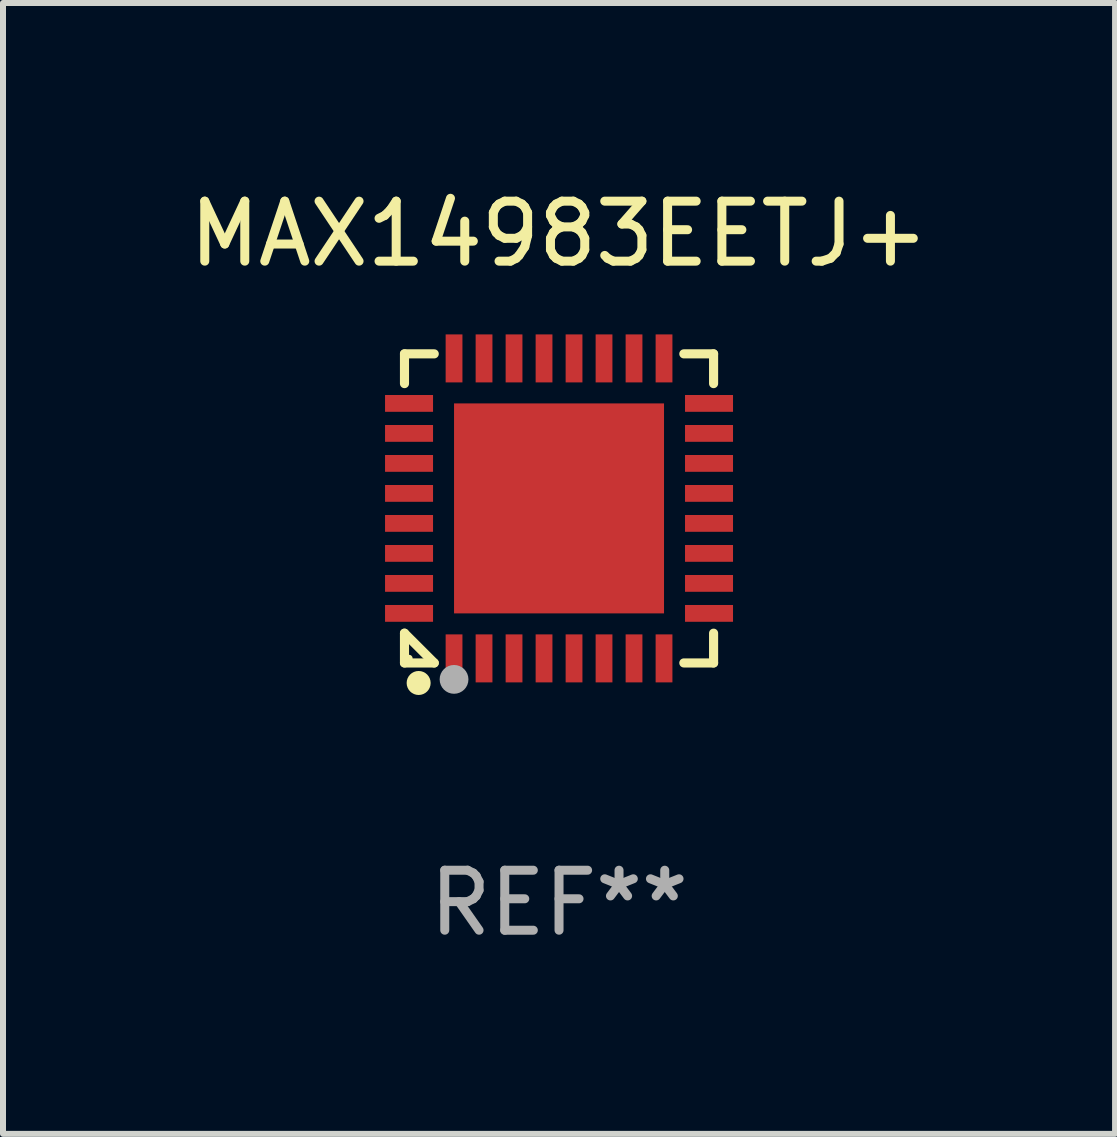
<source format=kicad_pcb>
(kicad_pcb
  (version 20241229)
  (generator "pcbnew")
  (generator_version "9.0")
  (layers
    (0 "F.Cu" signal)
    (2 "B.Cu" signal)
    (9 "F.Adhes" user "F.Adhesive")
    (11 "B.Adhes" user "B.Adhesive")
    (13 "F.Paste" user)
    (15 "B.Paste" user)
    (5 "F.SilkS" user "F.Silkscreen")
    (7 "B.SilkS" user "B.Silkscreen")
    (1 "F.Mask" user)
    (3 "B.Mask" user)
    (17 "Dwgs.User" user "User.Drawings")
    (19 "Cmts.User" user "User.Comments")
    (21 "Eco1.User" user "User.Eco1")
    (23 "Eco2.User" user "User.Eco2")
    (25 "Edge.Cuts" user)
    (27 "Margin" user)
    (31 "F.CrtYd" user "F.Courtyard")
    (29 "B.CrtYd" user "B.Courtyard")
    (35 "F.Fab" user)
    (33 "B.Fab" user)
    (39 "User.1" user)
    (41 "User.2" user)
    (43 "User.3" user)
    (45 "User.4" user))
  (footprint "MAX14983EETJ+"
    (layer "F.Cu")
    (at 6.268 5.424)
    (property "Reference" "MAX14983EETJ+" (at 0 -4.576 0) (layer "F.SilkS") (effects (font (size 1 1) (thickness 0.15))))
    (attr through_hole)
    (fp_line (start -2.576 -2.576) (end -2.08 -2.576) (stroke (width 0.152) (type solid)) (layer "F.SilkS"))
    (fp_line (start -2.576 -2.08) (end -2.576 -2.576) (stroke (width 0.152) (type solid)) (layer "F.SilkS"))
    (fp_line (start -2.576 2.08) (end -2.576 2.576) (stroke (width 0.152) (type solid)) (layer "F.SilkS"))
    (fp_line (start -2.576 2.08) (end -2.08 2.576) (stroke (width 0.152) (type solid)) (layer "F.SilkS"))
    (fp_line (start -2.576 2.576) (end -2.08 2.576) (stroke (width 0.152) (type solid)) (layer "F.SilkS"))
    (fp_line (start 2.576 -2.576) (end 2.08 -2.576) (stroke (width 0.152) (type solid)) (layer "F.SilkS"))
    (fp_line (start 2.576 -2.08) (end 2.576 -2.576) (stroke (width 0.152) (type solid)) (layer "F.SilkS"))
    (fp_line (start 2.576 2.08) (end 2.576 2.576) (stroke (width 0.152) (type solid)) (layer "F.SilkS"))
    (fp_line (start 2.576 2.576) (end 2.08 2.576) (stroke (width 0.152) (type solid)) (layer "F.SilkS"))
    (fp_circle (center -2.5 2.5) (end -2.47 2.5) (stroke (width 0.06) (type solid)) (fill no) (layer "F.SilkS"))
    (fp_circle (center -2.34 2.91) (end -2.24 2.91) (stroke (width 0.2) (type solid)) (fill no) (layer "F.SilkS"))
    (fp_circle (center -1.75 2.85) (end -1.63 2.85) (stroke (width 0.24) (type solid)) (fill no) (layer "F.Fab"))
    (fp_text user "REF**" (at 0 6.576 0) (layer "F.Fab") (effects (font (size 1 1) (thickness 0.15))))
    (pad "1" smd rect (at -1.75 2.5) (size 0.28 0.8) (layers "F.Cu" "F.Mask" "F.Paste"))
    (pad "2" smd rect (at -1.25 2.5) (size 0.28 0.8) (layers "F.Cu" "F.Mask" "F.Paste"))
    (pad "3" smd rect (at -0.75 2.5) (size 0.28 0.8) (layers "F.Cu" "F.Mask" "F.Paste"))
    (pad "4" smd rect (at -0.25 2.5) (size 0.28 0.8) (layers "F.Cu" "F.Mask" "F.Paste"))
    (pad "5" smd rect (at 0.25 2.5) (size 0.28 0.8) (layers "F.Cu" "F.Mask" "F.Paste"))
    (pad "6" smd rect (at 0.75 2.5) (size 0.28 0.8) (layers "F.Cu" "F.Mask" "F.Paste"))
    (pad "7" smd rect (at 1.25 2.5) (size 0.28 0.8) (layers "F.Cu" "F.Mask" "F.Paste"))
    (pad "8" smd rect (at 1.75 2.5) (size 0.28 0.8) (layers "F.Cu" "F.Mask" "F.Paste"))
    (pad "9" smd rect (at 2.5 1.75) (size 0.8 0.28) (layers "F.Cu" "F.Mask" "F.Paste"))
    (pad "10" smd rect (at 2.5 1.25) (size 0.8 0.28) (layers "F.Cu" "F.Mask" "F.Paste"))
    (pad "11" smd rect (at 2.5 0.75) (size 0.8 0.28) (layers "F.Cu" "F.Mask" "F.Paste"))
    (pad "12" smd rect (at 2.5 0.25) (size 0.8 0.28) (layers "F.Cu" "F.Mask" "F.Paste"))
    (pad "13" smd rect (at 2.5 -0.25) (size 0.8 0.28) (layers "F.Cu" "F.Mask" "F.Paste"))
    (pad "14" smd rect (at 2.5 -0.75) (size 0.8 0.28) (layers "F.Cu" "F.Mask" "F.Paste"))
    (pad "15" smd rect (at 2.5 -1.25) (size 0.8 0.28) (layers "F.Cu" "F.Mask" "F.Paste"))
    (pad "16" smd rect (at 2.5 -1.75) (size 0.8 0.28) (layers "F.Cu" "F.Mask" "F.Paste"))
    (pad "17" smd rect (at 1.75 -2.5) (size 0.28 0.8) (layers "F.Cu" "F.Mask" "F.Paste"))
    (pad "18" smd rect (at 1.25 -2.5) (size 0.28 0.8) (layers "F.Cu" "F.Mask" "F.Paste"))
    (pad "19" smd rect (at 0.75 -2.5) (size 0.28 0.8) (layers "F.Cu" "F.Mask" "F.Paste"))
    (pad "20" smd rect (at 0.25 -2.5) (size 0.28 0.8) (layers "F.Cu" "F.Mask" "F.Paste"))
    (pad "21" smd rect (at -0.25 -2.5) (size 0.28 0.8) (layers "F.Cu" "F.Mask" "F.Paste"))
    (pad "22" smd rect (at -0.75 -2.5) (size 0.28 0.8) (layers "F.Cu" "F.Mask" "F.Paste"))
    (pad "23" smd rect (at -1.25 -2.5) (size 0.28 0.8) (layers "F.Cu" "F.Mask" "F.Paste"))
    (pad "24" smd rect (at -1.75 -2.5) (size 0.28 0.8) (layers "F.Cu" "F.Mask" "F.Paste"))
    (pad "25" smd rect (at -2.5 -1.75) (size 0.8 0.28) (layers "F.Cu" "F.Mask" "F.Paste"))
    (pad "26" smd rect (at -2.5 -1.25) (size 0.8 0.28) (layers "F.Cu" "F.Mask" "F.Paste"))
    (pad "27" smd rect (at -2.5 -0.75) (size 0.8 0.28) (layers "F.Cu" "F.Mask" "F.Paste"))
    (pad "28" smd rect (at -2.5 -0.25) (size 0.8 0.28) (layers "F.Cu" "F.Mask" "F.Paste"))
    (pad "29" smd rect (at -2.5 0.25) (size 0.8 0.28) (layers "F.Cu" "F.Mask" "F.Paste"))
    (pad "30" smd rect (at -2.5 0.75) (size 0.8 0.28) (layers "F.Cu" "F.Mask" "F.Paste"))
    (pad "31" smd rect (at -2.5 1.25) (size 0.8 0.28) (layers "F.Cu" "F.Mask" "F.Paste"))
    (pad "32" smd rect (at -2.5 1.75) (size 0.8 0.28) (layers "F.Cu" "F.Mask" "F.Paste"))
    (pad "33" smd rect (at 0 0) (size 3.5 3.5) (layers "F.Cu" "F.Mask" "F.Paste")))
  (gr_rect
    (start -3 -3)
    (end 15.536 15.849)
    (stroke (width 0.1) (type default))
    (fill no)
    (layer "Edge.Cuts")))
</source>
